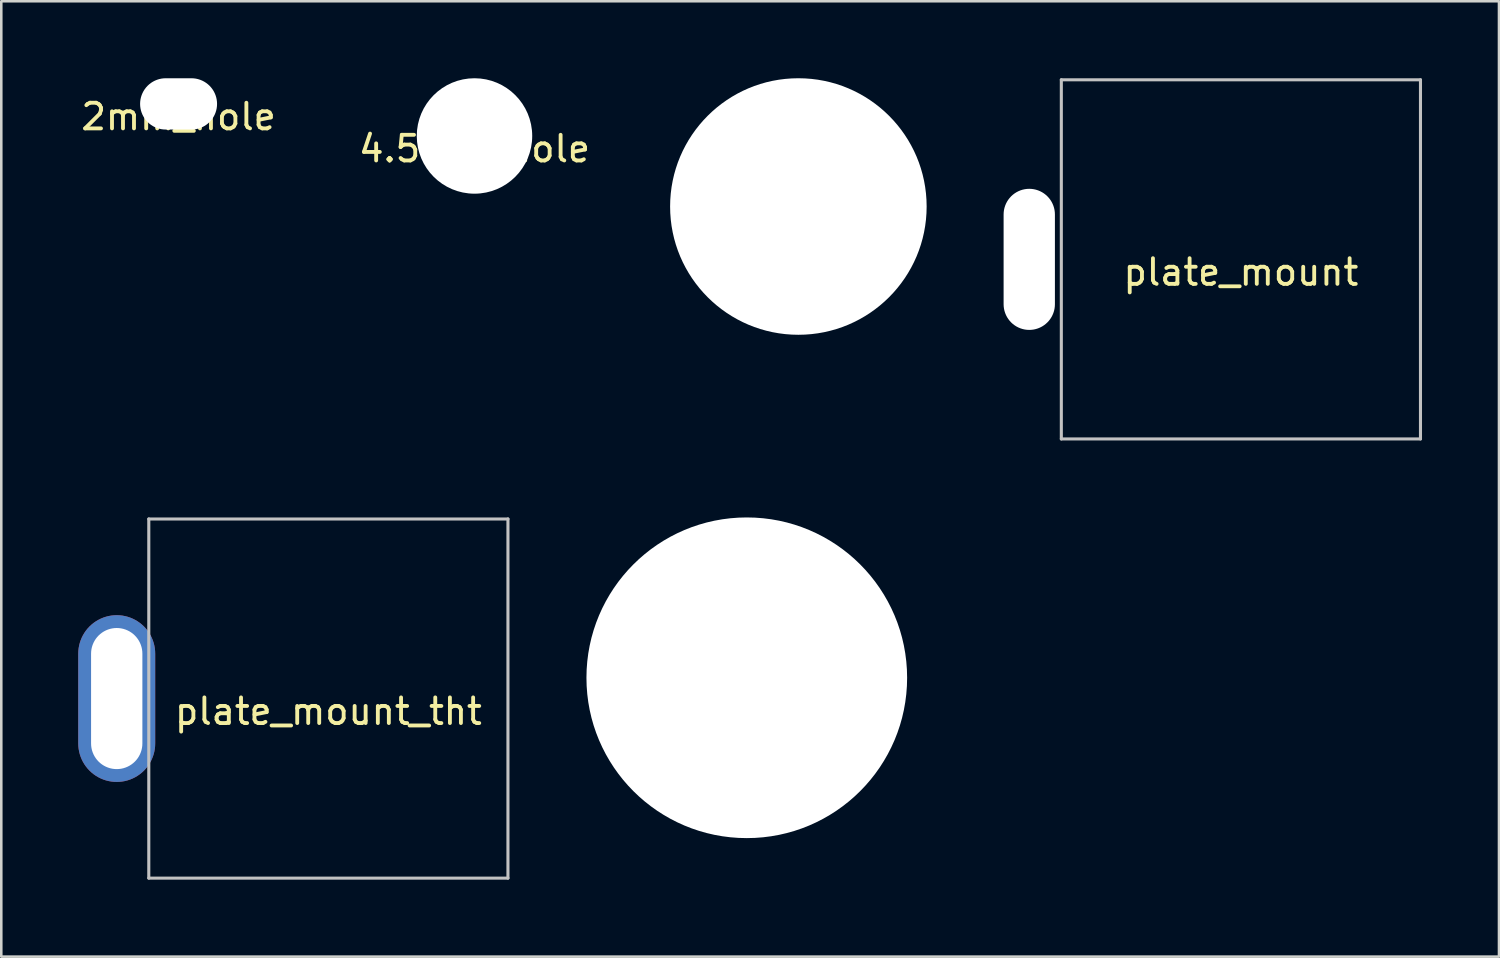
<source format=kicad_pcb>
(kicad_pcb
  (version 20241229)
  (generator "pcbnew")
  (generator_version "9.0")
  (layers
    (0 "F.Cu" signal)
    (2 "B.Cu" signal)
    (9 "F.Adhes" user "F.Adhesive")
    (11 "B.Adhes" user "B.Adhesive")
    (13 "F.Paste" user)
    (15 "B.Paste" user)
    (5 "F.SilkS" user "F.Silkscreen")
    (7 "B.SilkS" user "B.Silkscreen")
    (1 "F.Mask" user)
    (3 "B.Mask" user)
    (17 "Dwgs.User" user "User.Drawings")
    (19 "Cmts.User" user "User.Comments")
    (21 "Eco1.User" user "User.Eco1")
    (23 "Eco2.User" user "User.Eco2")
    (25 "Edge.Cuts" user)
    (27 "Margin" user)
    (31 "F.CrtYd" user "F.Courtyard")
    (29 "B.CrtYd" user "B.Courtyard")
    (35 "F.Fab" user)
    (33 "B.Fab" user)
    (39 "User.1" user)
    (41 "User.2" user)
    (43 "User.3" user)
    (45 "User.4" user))
  (footprint "sidehole"
    (layer "F.Cu")
    (at 26.06 23.37)
    (property "Reference" "sidehole" (at 0 0.5 0) (layer "F.SilkS") (effects (font (size 1 1) (thickness 0.15))))
    (attr through_hole)
    (pad "" np_thru_hole circle (at 0 0) (size 12.5 12.5) (drill 12.5) (layers "*.Cu" "*.Mask")))
  (footprint "10mm_hole"
    (layer "F.Cu")
    (at 28.071 5)
    (property "Reference" "10mm_hole" (at 0 0.5 0) (layer "F.SilkS") (effects (font (size 1 1) (thickness 0.15))))
    (attr through_hole)
    (pad "" np_thru_hole circle (at 0 0) (size 10 10) (drill 10) (layers "*.Cu" "*.Mask")))
  (footprint "plate_mount_tht"
    (layer "F.Cu")
    (at 9.75 24.18)
    (property "Reference" "plate_mount_tht" (at 0 0.5 0) (layer "F.SilkS") (effects (font (size 1 1) (thickness 0.15))))
    (attr through_hole)
    (fp_line (start -7 -7) (end -7 7) (stroke (width 0.12) (type solid)) (layer "Dwgs.User"))
    (fp_line (start -7 7) (end 7 7) (stroke (width 0.12) (type solid)) (layer "Dwgs.User"))
    (fp_line (start 7 -7) (end -7 -7) (stroke (width 0.12) (type solid)) (layer "Dwgs.User"))
    (fp_line (start 7 7) (end 7 -7) (stroke (width 0.12) (type solid)) (layer "Dwgs.User"))
    (pad "1" thru_hole oval (at -8.25 0) (size 3 6.5) (drill oval 2 5.5) (layers "*.Cu" "*.Mask")))
  (footprint "2mm_hole"
    (layer "F.Cu")
    (at 3.911 1)
    (property "Reference" "2mm_hole" (at 0 0.5 0) (layer "F.SilkS") (effects (font (size 1 1) (thickness 0.15))))
    (attr through_hole)
    (pad "" np_thru_hole oval (at 0 0) (size 3 2) (drill oval 3 2) (layers "*.Cu" "*.Mask")))
  (footprint "4.5mm_hole"
    (layer "F.Cu")
    (at 15.446 2.25)
    (property "Reference" "4.5mm_hole" (at 0 0.5 0) (layer "F.SilkS") (effects (font (size 1 1) (thickness 0.15))))
    (attr through_hole)
    (pad "" np_thru_hole circle (at 0 0) (size 4.5 4.5) (drill 4.5) (layers "*.Cu" "*.Mask")))
  (footprint "plate_mount"
    (layer "F.Cu")
    (at 45.321 7.06)
    (property "Reference" "plate_mount" (at 0 0.5 0) (layer "F.SilkS") (effects (font (size 1 1) (thickness 0.15))))
    (attr through_hole)
    (fp_line (start -7 -7) (end -7 7) (stroke (width 0.12) (type solid)) (layer "Dwgs.User"))
    (fp_line (start -7 7) (end 7 7) (stroke (width 0.12) (type solid)) (layer "Dwgs.User"))
    (fp_line (start 7 -7) (end -7 -7) (stroke (width 0.12) (type solid)) (layer "Dwgs.User"))
    (fp_line (start 7 7) (end 7 -7) (stroke (width 0.12) (type solid)) (layer "Dwgs.User"))
    (pad "" np_thru_hole oval (at -8.25 0) (size 2 5.5) (drill oval 2 5.5) (layers "*.Cu" "*.Mask")))
  (gr_rect
    (start -3 -3)
    (end 55.381 34.24)
    (stroke (width 0.1) (type default))
    (fill no)
    (layer "Edge.Cuts")))
</source>
